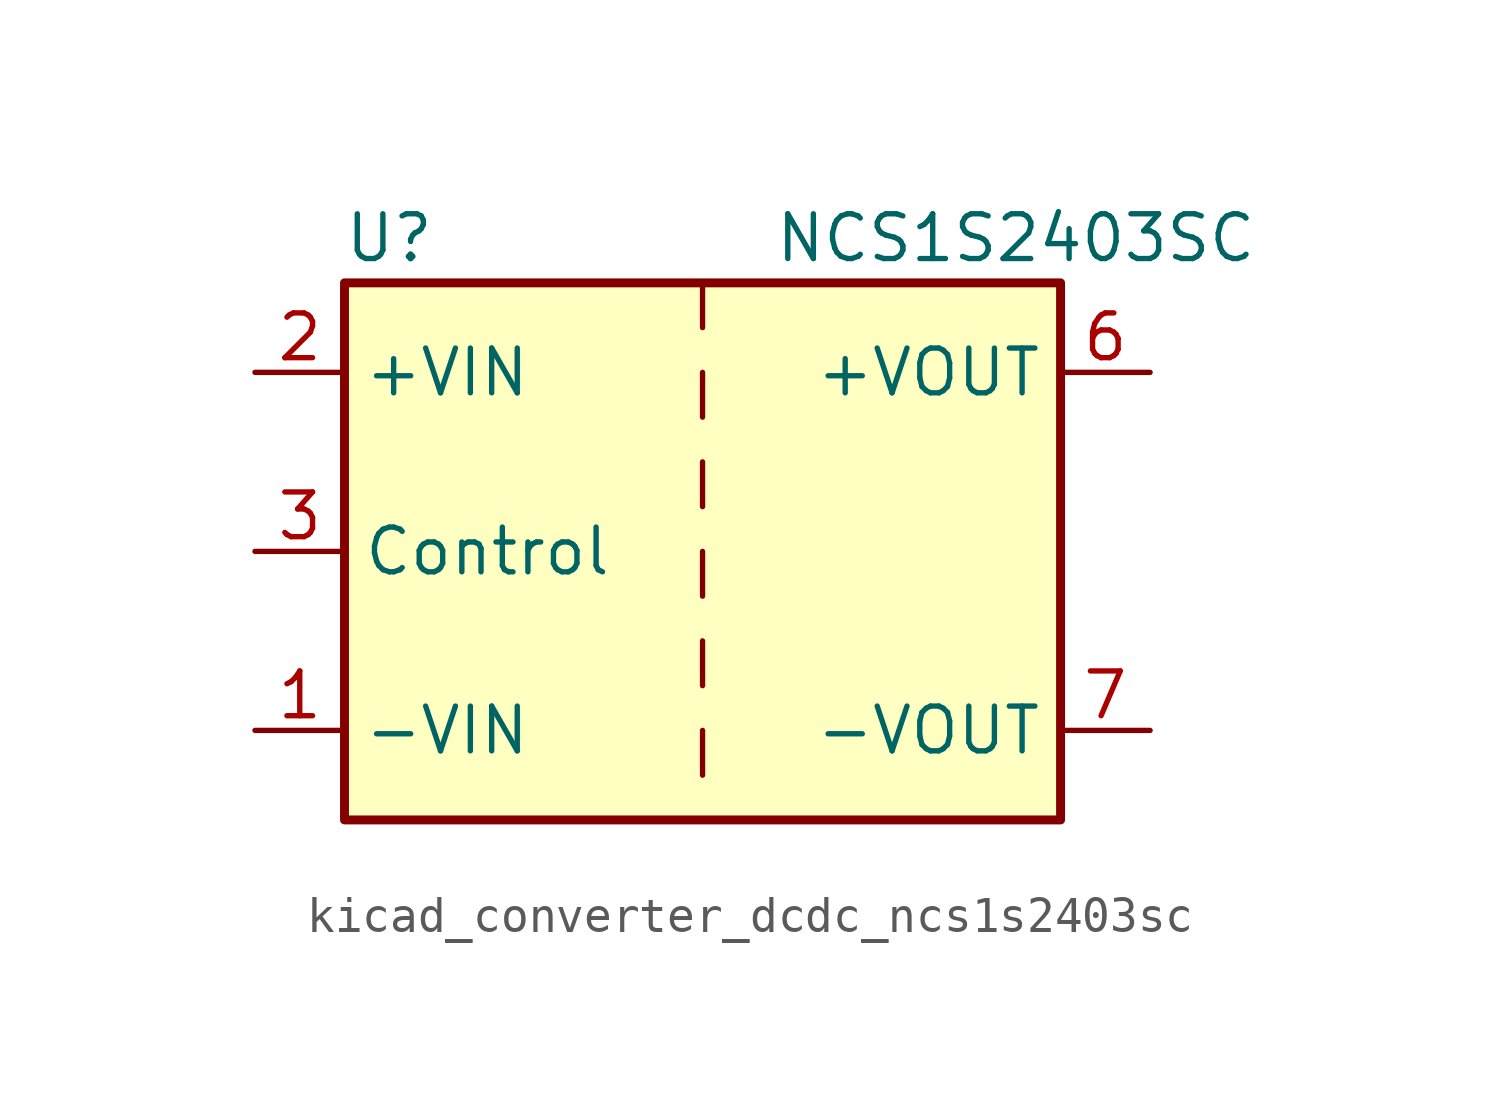
<source format=kicad_sym>
(kicad_symbol_lib
  (version 20220914)
  (generator kicad_symbol_editor)
  (symbol "kicad_converter_dcdc_ncs1s2403sc"
    (property "Reference" "U"
      (at -8.89 8.89 0)
      (effects (font (size 1.27 1.27))))
    (property "Value" "NCS1S2403SC"
      (at 8.89 8.89 0)
      (effects (font (size 1.27 1.27))))
    (symbol "kicad_converter_dcdc_ncs1s2403sc_0_1"
      (rectangle (start -10.16 7.62) (end 10.16 -7.62) (stroke (width 0.254) (type default)) (fill (type background)))
      (polyline (pts (xy 0 -5.08) (xy 0 -6.35)) (stroke (width 0) (type default)) (fill (type none)))
      (polyline (pts (xy 0 -2.54) (xy 0 -3.81)) (stroke (width 0) (type default)) (fill (type none)))
      (polyline (pts (xy 0 0) (xy 0 -1.27)) (stroke (width 0) (type default)) (fill (type none)))
      (polyline (pts (xy 0 2.54) (xy 0 1.27)) (stroke (width 0) (type default)) (fill (type none)))
      (polyline (pts (xy 0 5.08) (xy 0 3.81)) (stroke (width 0) (type default)) (fill (type none)))
      (polyline (pts (xy 0 7.62) (xy 0 6.35)) (stroke (width 0) (type default)) (fill (type none))))
    (symbol "kicad_converter_dcdc_ncs1s2403sc_1_1"
      (pin power_in line (at -12.7 -5.08 0) (length 2.54) (name "-VIN" (effects (font (size 1.27 1.27)))) (number "1" (effects (font (size 1.27 1.27)))))
      (pin power_in line (at -12.7 5.08 0) (length 2.54) (name "+VIN" (effects (font (size 1.27 1.27)))) (number "2" (effects (font (size 1.27 1.27)))))
      (pin input line (at -12.7 0 0) (length 2.54) (name "Control" (effects (font (size 1.27 1.27)))) (number "3" (effects (font (size 1.27 1.27)))))
      (pin power_out line (at 12.7 5.08 180) (length 2.54) (name "+VOUT" (effects (font (size 1.27 1.27)))) (number "6" (effects (font (size 1.27 1.27)))))
      (pin power_out line (at 12.7 -5.08 180) (length 2.54) (name "-VOUT" (effects (font (size 1.27 1.27)))) (number "7" (effects (font (size 1.27 1.27))))))))
</source>
